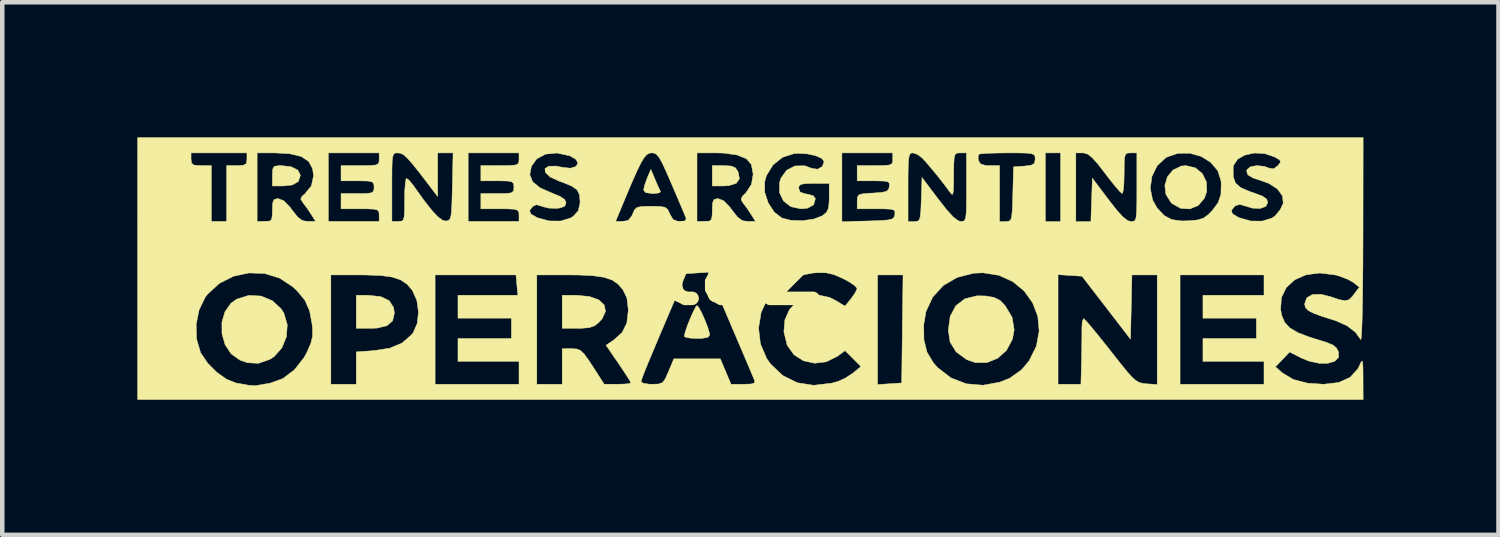
<source format=kicad_pcb>
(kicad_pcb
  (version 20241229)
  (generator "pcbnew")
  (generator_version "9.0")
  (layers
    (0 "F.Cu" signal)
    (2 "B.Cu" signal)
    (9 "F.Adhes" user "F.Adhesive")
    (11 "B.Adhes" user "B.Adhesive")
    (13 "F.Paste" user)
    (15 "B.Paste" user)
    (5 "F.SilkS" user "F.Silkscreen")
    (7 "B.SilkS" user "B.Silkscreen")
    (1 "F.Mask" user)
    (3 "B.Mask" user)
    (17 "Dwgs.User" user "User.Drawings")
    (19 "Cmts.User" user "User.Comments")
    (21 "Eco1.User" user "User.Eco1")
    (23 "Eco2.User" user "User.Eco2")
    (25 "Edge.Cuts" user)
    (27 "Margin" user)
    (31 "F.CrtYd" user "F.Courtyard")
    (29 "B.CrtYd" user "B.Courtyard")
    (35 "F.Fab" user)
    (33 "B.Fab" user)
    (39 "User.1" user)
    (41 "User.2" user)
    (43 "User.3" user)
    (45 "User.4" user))
  (footprint "ta2"
    (layer "F.Cu")
    (at 13.439 2.884)
    (property "Reference" "ta2" (at 0 0 0) (layer "F.SilkS") (effects (font (size 1.524 1.524) (thickness 0.3))))
    (attr through_hole)
    (fp_poly (pts (xy -8.039 0.65) (xy -7.85 0.74) (xy -7.751 0.893) (xy -7.734 1.021) (xy -7.774 1.189) (xy -7.9 1.297) (xy -8.118 1.349) (xy -8.259 1.355) (xy -8.58 1.355) (xy -8.58 0.621) (xy -8.322 0.621) (xy -8.039 0.65)) (stroke (width 0.01) (type solid)) (fill yes) (layer "F.SilkS"))
    (fp_poly (pts (xy -0.255 -2.248) (xy -0.162 -2.207) (xy -0.104 -2.119) (xy -0.103 -2.118) (xy -0.074 -1.966) (xy -0.145 -1.864) (xy -0.315 -1.812) (xy -0.43 -1.806) (xy -0.677 -1.806) (xy -0.677 -2.258) (xy -0.422 -2.258) (xy -0.255 -2.248)) (stroke (width 0.01) (type solid)) (fill yes) (layer "F.SilkS"))
    (fp_poly (pts (xy -10.023 -2.231) (xy -9.877 -2.157) (xy -9.821 -2.046) (xy -9.821 -2.041) (xy -9.865 -1.905) (xy -9.998 -1.828) (xy -10.2 -1.806) (xy -10.442 -1.806) (xy -10.442 -2.032) (xy -10.436 -2.177) (xy -10.399 -2.241) (xy -10.302 -2.257) (xy -10.241 -2.258) (xy -10.023 -2.231)) (stroke (width 0.01) (type solid)) (fill yes) (layer "F.SilkS"))
    (fp_poly (pts (xy -3.406 0.648) (xy -3.198 0.722) (xy -3.075 0.835) (xy -3.047 0.978) (xy -3.121 1.141) (xy -3.187 1.216) (xy -3.287 1.297) (xy -3.405 1.339) (xy -3.582 1.354) (xy -3.666 1.355) (xy -4.008 1.355) (xy -4.008 0.621) (xy -3.693 0.621) (xy -3.406 0.648)) (stroke (width 0.01) (type solid)) (fill yes) (layer "F.SilkS"))
    (fp_poly (pts (xy -1.945 -1.947) (xy -1.881 -1.799) (xy -1.834 -1.697) (xy -1.825 -1.679) (xy -1.857 -1.652) (xy -1.968 -1.637) (xy -2 -1.637) (xy -2.153 -1.657) (xy -2.201 -1.715) (xy -2.18 -1.817) (xy -2.129 -1.963) (xy -2.121 -1.983) (xy -2.04 -2.173) (xy -1.945 -1.947)) (stroke (width 0.01) (type solid)) (fill yes) (layer "F.SilkS"))
    (fp_poly (pts (xy 10.046 -2.209) (xy 10.203 -2.08) (xy 10.293 -1.896) (xy 10.301 -1.685) (xy 10.25 -1.535) (xy 10.111 -1.372) (xy 9.924 -1.296) (xy 9.72 -1.309) (xy 9.53 -1.416) (xy 9.508 -1.437) (xy 9.394 -1.618) (xy 9.37 -1.818) (xy 9.426 -2.007) (xy 9.551 -2.159) (xy 9.734 -2.247) (xy 9.836 -2.258) (xy 10.046 -2.209)) (stroke (width 0.01) (type solid)) (fill yes) (layer "F.SilkS"))
    (fp_poly (pts (xy -0.974 0.894) (xy -0.91 1.014) (xy -0.84 1.172) (xy -0.778 1.332) (xy -0.74 1.46) (xy -0.734 1.503) (xy -0.774 1.554) (xy -0.903 1.577) (xy -1.016 1.58) (xy -1.177 1.571) (xy -1.279 1.548) (xy -1.298 1.529) (xy -1.278 1.439) (xy -1.229 1.294) (xy -1.163 1.129) (xy -1.095 0.977) (xy -1.04 0.873) (xy -1.016 0.847) (xy -0.974 0.894)) (stroke (width 0.01) (type solid)) (fill yes) (layer "F.SilkS"))
    (fp_poly (pts (xy 5.384 0.636) (xy 5.577 0.668) (xy 5.71 0.734) (xy 5.825 0.851) (xy 5.98 1.112) (xy 6.025 1.387) (xy 5.987 1.596) (xy 5.855 1.844) (xy 5.658 2.02) (xy 5.421 2.115) (xy 5.165 2.117) (xy 4.971 2.049) (xy 4.737 1.878) (xy 4.603 1.66) (xy 4.563 1.398) (xy 4.605 1.087) (xy 4.73 0.853) (xy 4.93 0.699) (xy 5.2 0.633) (xy 5.384 0.636)) (stroke (width 0.01) (type solid)) (fill yes) (layer "F.SilkS"))
    (fp_poly (pts (xy -10.694 0.638) (xy -10.445 0.74) (xy -10.248 0.921) (xy -10.187 1.018) (xy -10.112 1.274) (xy -10.13 1.541) (xy -10.231 1.788) (xy -10.405 1.984) (xy -10.503 2.046) (xy -10.753 2.132) (xy -10.997 2.118) (xy -11.161 2.061) (xy -11.359 1.92) (xy -11.493 1.716) (xy -11.561 1.474) (xy -11.563 1.222) (xy -11.495 0.986) (xy -11.358 0.794) (xy -11.234 0.707) (xy -10.966 0.624) (xy -10.694 0.638)) (stroke (width 0.01) (type solid)) (fill yes) (layer "F.SilkS"))
    (fp_poly (pts (xy 13.769 -0.579) (xy 13.767 -0.054) (xy 13.763 0.416) (xy 13.757 0.82) (xy 13.75 1.15) (xy 13.741 1.398) (xy 13.731 1.553) (xy 13.72 1.606) (xy 13.717 1.602) (xy 13.602 1.441) (xy 13.409 1.294) (xy 13.171 1.188) (xy 13.162 1.185) (xy 12.874 1.094) (xy 12.678 1.023) (xy 12.557 0.961) (xy 12.495 0.9) (xy 12.475 0.83) (xy 12.474 0.812) (xy 12.52 0.677) (xy 12.647 0.605) (xy 12.84 0.6) (xy 13.036 0.649) (xy 13.24 0.717) (xy 13.369 0.742) (xy 13.456 0.72) (xy 13.53 0.649) (xy 13.567 0.602) (xy 13.688 0.442) (xy 13.562 0.34) (xy 13.432 0.266) (xy 13.247 0.196) (xy 13.151 0.169) (xy 12.809 0.127) (xy 12.505 0.166) (xy 12.254 0.277) (xy 12.067 0.449) (xy 11.958 0.672) (xy 11.94 0.937) (xy 11.965 1.069) (xy 12.03 1.222) (xy 12.144 1.345) (xy 12.325 1.452) (xy 12.592 1.553) (xy 12.758 1.604) (xy 12.973 1.672) (xy 13.105 1.728) (xy 13.179 1.789) (xy 13.222 1.87) (xy 13.224 1.875) (xy 13.226 2) (xy 13.141 2.086) (xy 12.99 2.131) (xy 12.794 2.131) (xy 12.573 2.083) (xy 12.401 2.013) (xy 12.14 1.88) (xy 11.982 2.045) (xy 11.825 2.21) (xy 11.98 2.344) (xy 12.222 2.49) (xy 12.541 2.573) (xy 12.898 2.596) (xy 13.231 2.557) (xy 13.486 2.441) (xy 13.658 2.249) (xy 13.689 2.186) (xy 13.727 2.103) (xy 13.751 2.081) (xy 13.764 2.134) (xy 13.769 2.275) (xy 13.77 2.469) (xy 13.772 2.935) (xy -13.434 2.935) (xy -13.434 1.268) (xy -12.134 1.268) (xy -12.124 1.596) (xy -12.038 1.889) (xy -12.03 1.904) (xy -11.88 2.127) (xy -11.678 2.33) (xy -11.457 2.486) (xy -11.249 2.569) (xy -11.237 2.571) (xy -11.078 2.598) (xy -10.958 2.62) (xy -10.95 2.621) (xy -10.816 2.627) (xy -10.781 2.622) (xy -10.67 2.603) (xy -10.511 2.575) (xy -10.491 2.572) (xy -10.21 2.471) (xy -9.952 2.275) (xy -9.739 2.004) (xy -9.679 1.893) (xy -9.59 1.693) (xy -9.551 1.534) (xy -9.551 1.36) (xy -9.561 1.263) (xy -9.616 0.967) (xy -9.717 0.737) (xy -9.887 0.528) (xy -9.984 0.436) (xy -10.279 0.241) (xy -10.511 0.169) (xy -9.144 0.169) (xy -9.144 2.596) (xy -8.58 2.596) (xy -8.58 1.878) (xy -8.189 1.85) (xy -7.835 1.795) (xy -7.563 1.681) (xy -7.355 1.499) (xy -7.317 1.452) (xy -7.227 1.248) (xy -7.199 0.995) (xy -7.235 0.736) (xy -7.333 0.516) (xy -7.338 0.507) (xy -7.454 0.374) (xy -7.595 0.279) (xy -7.781 0.217) (xy -8.032 0.183) (xy -8.369 0.17) (xy -8.493 0.169) (xy -6.83 0.169) (xy -6.83 2.596) (xy -4.967 2.596) (xy -4.967 2.088) (xy -6.322 2.088) (xy -6.322 1.58) (xy -5.136 1.58) (xy -5.136 1.129) (xy -6.322 1.129) (xy -6.322 0.621) (xy -4.992 0.621) (xy -5.014 0.395) (xy -5.035 0.169) (xy -4.572 0.169) (xy -4.572 2.596) (xy -4.008 2.596) (xy -4.008 1.806) (xy -3.796 1.807) (xy -3.688 1.813) (xy -3.604 1.845) (xy -3.523 1.922) (xy -3.421 2.062) (xy -3.33 2.201) (xy -3.076 2.595) (xy -2.78 2.596) (xy -2.614 2.591) (xy -2.507 2.578) (xy -2.484 2.566) (xy -2.497 2.539) (xy -2.258 2.539) (xy -2.207 2.574) (xy -2.08 2.594) (xy -2.011 2.596) (xy -1.867 2.591) (xy -1.78 2.558) (xy -1.717 2.471) (xy -1.648 2.314) (xy -1.53 2.032) (xy -0.498 2.032) (xy -0.379 2.314) (xy -0.26 2.596) (xy 0.017 2.596) (xy 0.182 2.591) (xy 0.257 2.567) (xy 0.264 2.519) (xy 0.26 2.506) (xy 0.228 2.43) (xy 0.159 2.266) (xy 0.059 2.031) (xy -0.064 1.741) (xy -0.205 1.412) (xy -0.232 1.349) (xy 0.351 1.349) (xy 0.392 1.699) (xy 0.531 2.024) (xy 0.616 2.145) (xy 0.889 2.404) (xy 1.212 2.563) (xy 1.576 2.619) (xy 1.976 2.572) (xy 2.117 2.533) (xy 2.278 2.459) (xy 2.443 2.351) (xy 2.455 2.341) (xy 2.624 2.203) (xy 2.448 2.026) (xy 2.271 1.85) (xy 2.101 1.975) (xy 1.855 2.098) (xy 1.595 2.129) (xy 1.347 2.075) (xy 1.137 1.941) (xy 0.989 1.734) (xy 0.984 1.722) (xy 0.913 1.433) (xy 0.935 1.167) (xy 1.036 0.939) (xy 1.201 0.761) (xy 1.415 0.647) (xy 1.662 0.612) (xy 1.927 0.668) (xy 2.073 0.742) (xy 2.269 0.863) (xy 2.402 0.699) (xy 2.491 0.575) (xy 2.536 0.48) (xy 2.538 0.47) (xy 2.492 0.412) (xy 2.371 0.328) (xy 2.228 0.251) (xy 2.043 0.169) (xy 2.992 0.169) (xy 2.992 2.603) (xy 3.528 2.568) (xy 3.544 1.271) (xy 4.018 1.271) (xy 4.022 1.612) (xy 4.091 1.886) (xy 4.234 2.123) (xy 4.327 2.227) (xy 4.622 2.455) (xy 4.963 2.586) (xy 5.332 2.618) (xy 5.452 2.596) (xy 6.999 2.596) (xy 7.507 2.596) (xy 7.52 2.074) (xy 7.525 1.814) (xy 7.528 1.571) (xy 7.529 1.385) (xy 7.529 1.339) (xy 7.537 1.207) (xy 7.563 1.142) (xy 7.572 1.141) (xy 7.621 1.189) (xy 7.726 1.311) (xy 7.874 1.491) (xy 8.053 1.713) (xy 8.171 1.863) (xy 8.379 2.128) (xy 8.533 2.317) (xy 8.647 2.443) (xy 8.736 2.52) (xy 8.813 2.561) (xy 8.894 2.579) (xy 8.962 2.586) (xy 9.2 2.603) (xy 9.2 0.169) (xy 9.708 0.169) (xy 9.708 2.596) (xy 11.571 2.596) (xy 11.571 2.088) (xy 10.216 2.088) (xy 10.216 1.58) (xy 11.402 1.58) (xy 11.402 1.129) (xy 10.216 1.129) (xy 10.216 0.621) (xy 11.571 0.621) (xy 11.571 0.169) (xy 9.708 0.169) (xy 9.2 0.169) (xy 8.639 0.169) (xy 8.624 0.882) (xy 8.608 1.595) (xy 8.07 0.896) (xy 7.532 0.198) (xy 6.999 0.163) (xy 6.999 2.596) (xy 5.452 2.596) (xy 5.71 2.549) (xy 5.927 2.462) (xy 6.189 2.275) (xy 6.357 2.076) (xy 6.519 1.748) (xy 6.58 1.413) (xy 6.549 1.088) (xy 6.434 0.787) (xy 6.247 0.525) (xy 5.995 0.317) (xy 5.688 0.178) (xy 5.336 0.122) (xy 5.129 0.131) (xy 4.758 0.225) (xy 4.451 0.405) (xy 4.217 0.661) (xy 4.068 0.98) (xy 4.018 1.271) (xy 3.544 1.271) (xy 3.558 0.169) (xy 2.992 0.169) (xy 2.043 0.169) (xy 2.028 0.163) (xy 1.861 0.123) (xy 1.667 0.119) (xy 1.556 0.127) (xy 1.168 0.202) (xy 0.852 0.362) (xy 0.604 0.61) (xy 0.565 0.667) (xy 0.409 0.996) (xy 0.351 1.349) (xy -0.232 1.349) (xy -0.268 1.263) (xy -0.762 0.11) (xy -1.259 0.141) (xy -1.44 0.564) (xy -1.665 1.09) (xy -1.848 1.52) (xy -1.992 1.862) (xy -2.102 2.125) (xy -2.18 2.317) (xy -2.229 2.445) (xy -2.254 2.518) (xy -2.258 2.539) (xy -2.497 2.539) (xy -2.513 2.508) (xy -2.593 2.382) (xy -2.707 2.209) (xy -2.759 2.132) (xy -3.035 1.73) (xy -2.859 1.611) (xy -2.676 1.445) (xy -2.574 1.236) (xy -2.541 0.956) (xy -2.541 0.94) (xy -2.573 0.678) (xy -2.661 0.496) (xy -2.77 0.371) (xy -2.903 0.281) (xy -3.079 0.222) (xy -3.319 0.187) (xy -3.64 0.171) (xy -3.865 0.169) (xy -4.572 0.169) (xy -5.035 0.169) (xy -6.83 0.169) (xy -8.493 0.169) (xy -9.144 0.169) (xy -10.511 0.169) (xy -10.612 0.138) (xy -10.961 0.125) (xy -11.304 0.198) (xy -11.618 0.356) (xy -11.88 0.595) (xy -11.934 0.666) (xy -12.069 0.944) (xy -12.134 1.268) (xy -13.434 1.268) (xy -13.434 -2.54) (xy -12.248 -2.54) (xy -12.248 -2.399) (xy -12.236 -2.308) (xy -12.178 -2.268) (xy -12.042 -2.258) (xy -12.023 -2.258) (xy -11.797 -2.258) (xy -11.797 -1.016) (xy -11.458 -1.016) (xy -11.458 -2.258) (xy -11.232 -2.258) (xy -11.087 -2.265) (xy -11.022 -2.302) (xy -11.007 -2.387) (xy -11.007 -2.399) (xy -11.007 -2.54) (xy -10.781 -2.54) (xy -10.781 -1.016) (xy -10.612 -1.016) (xy -10.507 -1.023) (xy -10.458 -1.066) (xy -10.443 -1.174) (xy -10.442 -1.27) (xy -10.436 -1.427) (xy -10.407 -1.502) (xy -10.339 -1.523) (xy -10.312 -1.524) (xy -10.191 -1.479) (xy -10.054 -1.339) (xy -10.003 -1.27) (xy -9.881 -1.115) (xy -9.777 -1.038) (xy -9.661 -1.016) (xy -9.652 -1.016) (xy -9.48 -1.016) (xy -9.577 -1.171) (xy -9.675 -1.317) (xy -9.76 -1.43) (xy -9.813 -1.512) (xy -9.785 -1.576) (xy -9.724 -1.627) (xy -9.577 -1.806) (xy -9.528 -2.031) (xy -9.55 -2.191) (xy -9.637 -2.351) (xy -9.801 -2.46) (xy -10.052 -2.521) (xy -10.384 -2.54) (xy -9.2 -2.54) (xy -9.2 -1.016) (xy -8.072 -1.016) (xy -8.072 -1.157) (xy -8.077 -1.229) (xy -8.109 -1.271) (xy -8.19 -1.291) (xy -8.346 -1.298) (xy -8.495 -1.298) (xy -8.918 -1.298) (xy -8.918 -1.637) (xy -8.551 -1.637) (xy -8.354 -1.639) (xy -8.244 -1.653) (xy -8.196 -1.689) (xy -8.185 -1.755) (xy -8.184 -1.778) (xy -7.789 -1.778) (xy -7.789 -1.016) (xy -7.648 -1.016) (xy -7.58 -1.02) (xy -7.538 -1.049) (xy -7.517 -1.123) (xy -7.508 -1.265) (xy -7.507 -1.496) (xy -7.503 -1.712) (xy -7.49 -1.878) (xy -7.473 -1.967) (xy -7.465 -1.975) (xy -7.407 -1.932) (xy -7.322 -1.83) (xy -7.31 -1.812) (xy -7.081 -1.492) (xy -6.9 -1.262) (xy -6.76 -1.114) (xy -6.654 -1.039) (xy -6.586 -1.027) (xy -6.536 -1.039) (xy -6.501 -1.072) (xy -6.478 -1.143) (xy -6.464 -1.272) (xy -6.455 -1.475) (xy -6.448 -1.772) (xy -6.447 -1.792) (xy -6.431 -2.54) (xy -6.096 -2.54) (xy -6.096 -1.016) (xy -4.967 -1.016) (xy -2.824 -1.016) (xy -2.666 -1.016) (xy -2.539 -1.043) (xy -2.461 -1.144) (xy -2.444 -1.185) (xy -2.403 -1.278) (xy -2.346 -1.329) (xy -2.242 -1.35) (xy -2.061 -1.355) (xy -2.032 -1.355) (xy -1.839 -1.351) (xy -1.728 -1.333) (xy -1.667 -1.287) (xy -1.625 -1.2) (xy -1.62 -1.185) (xy -1.548 -1.061) (xy -1.439 -1.018) (xy -1.393 -1.016) (xy -1.279 -1.03) (xy -1.257 -1.082) (xy -1.264 -1.104) (xy -1.298 -1.188) (xy -1.367 -1.352) (xy -1.462 -1.574) (xy -1.572 -1.832) (xy -1.587 -1.866) (xy -1.707 -2.143) (xy -1.796 -2.332) (xy -1.864 -2.45) (xy -1.921 -2.512) (xy -1.98 -2.537) (xy -2.025 -2.54) (xy -1.016 -2.54) (xy -1.016 -1.016) (xy -0.847 -1.016) (xy -0.743 -1.023) (xy -0.693 -1.066) (xy -0.678 -1.174) (xy -0.677 -1.27) (xy -0.671 -1.427) (xy -0.642 -1.502) (xy -0.574 -1.523) (xy -0.547 -1.524) (xy -0.426 -1.479) (xy -0.289 -1.339) (xy -0.238 -1.27) (xy -0.116 -1.115) (xy -0.012 -1.038) (xy 0.104 -1.016) (xy 0.113 -1.016) (xy 0.285 -1.016) (xy 0.188 -1.171) (xy 0.092 -1.315) (xy 0.009 -1.425) (xy -0.037 -1.5) (xy -0.015 -1.569) (xy 0.076 -1.662) (xy 0.193 -1.841) (xy 0.202 -1.897) (xy 0.485 -1.897) (xy 0.488 -1.665) (xy 0.566 -1.428) (xy 0.7 -1.224) (xy 0.869 -1.094) (xy 1.074 -1.042) (xy 1.325 -1.035) (xy 1.572 -1.07) (xy 1.765 -1.143) (xy 1.773 -1.149) (xy 1.859 -1.22) (xy 1.903 -1.312) (xy 1.918 -1.463) (xy 1.919 -1.554) (xy 1.919 -1.863) (xy 1.58 -1.863) (xy 1.391 -1.858) (xy 1.288 -1.84) (xy 1.248 -1.799) (xy 1.242 -1.753) (xy 1.273 -1.671) (xy 1.385 -1.631) (xy 1.425 -1.626) (xy 1.566 -1.589) (xy 1.612 -1.524) (xy 1.574 -1.388) (xy 1.443 -1.314) (xy 1.291 -1.298) (xy 1.067 -1.346) (xy 0.903 -1.474) (xy 0.815 -1.66) (xy 0.817 -1.881) (xy 0.848 -1.979) (xy 0.975 -2.156) (xy 1.161 -2.25) (xy 1.377 -2.254) (xy 1.531 -2.197) (xy 1.662 -2.177) (xy 1.767 -2.238) (xy 1.806 -2.345) (xy 1.755 -2.417) (xy 1.622 -2.477) (xy 1.437 -2.517) (xy 1.233 -2.53) (xy 1.138 -2.524) (xy 0.883 -2.442) (xy 0.671 -2.272) (xy 0.526 -2.037) (xy 0.485 -1.897) (xy 0.202 -1.897) (xy 0.231 -2.067) (xy 0.191 -2.283) (xy 0.083 -2.409) (xy -0.126 -2.494) (xy -0.43 -2.536) (xy -0.59 -2.54) (xy 2.201 -2.54) (xy 2.201 -1.012) (xy 2.78 -1.028) (xy 3.041 -1.037) (xy 3.209 -1.049) (xy 3.307 -1.069) (xy 3.355 -1.102) (xy 3.374 -1.153) (xy 3.376 -1.171) (xy 3.379 -1.236) (xy 3.35 -1.273) (xy 3.266 -1.292) (xy 3.105 -1.298) (xy 2.967 -1.298) (xy 2.54 -1.298) (xy 2.54 -1.465) (xy 2.545 -1.556) (xy 2.578 -1.608) (xy 2.664 -1.633) (xy 2.831 -1.646) (xy 2.887 -1.648) (xy 3.081 -1.662) (xy 3.188 -1.686) (xy 3.238 -1.732) (xy 3.25 -1.778) (xy 3.669 -1.778) (xy 3.669 -1.016) (xy 3.808 -1.016) (xy 3.875 -1.021) (xy 3.917 -1.051) (xy 3.941 -1.128) (xy 3.954 -1.274) (xy 3.963 -1.505) (xy 3.979 -1.993) (xy 4.346 -1.507) (xy 4.536 -1.266) (xy 4.678 -1.112) (xy 4.784 -1.034) (xy 4.84 -1.018) (xy 4.891 -1.021) (xy 4.926 -1.043) (xy 4.948 -1.102) (xy 4.961 -1.216) (xy 4.966 -1.402) (xy 4.967 -1.678) (xy 4.967 -1.778) (xy 4.967 -2.435) (xy 5.223 -2.435) (xy 5.234 -2.367) (xy 5.282 -2.292) (xy 5.395 -2.261) (xy 5.482 -2.258) (xy 5.701 -2.258) (xy 5.701 -1.016) (xy 5.84 -1.016) (xy 5.902 -1.02) (xy 5.942 -1.044) (xy 5.967 -1.109) (xy 5.981 -1.234) (xy 5.99 -1.439) (xy 5.995 -1.623) (xy 6.011 -2.23) (xy 6.251 -2.247) (xy 6.403 -2.266) (xy 6.473 -2.306) (xy 6.491 -2.388) (xy 6.491 -2.402) (xy 6.488 -2.463) (xy 6.464 -2.502) (xy 6.401 -2.525) (xy 6.279 -2.536) (xy 6.077 -2.54) (xy 5.88 -2.54) (xy 6.717 -2.54) (xy 6.717 -1.016) (xy 7.056 -1.016) (xy 7.056 -2.54) (xy 7.394 -2.54) (xy 7.394 -1.016) (xy 7.728 -1.016) (xy 7.761 -1.978) (xy 8.124 -1.497) (xy 8.307 -1.264) (xy 8.443 -1.115) (xy 8.545 -1.036) (xy 8.618 -1.016) (xy 8.67 -1.019) (xy 8.707 -1.04) (xy 8.73 -1.098) (xy 8.742 -1.208) (xy 8.748 -1.39) (xy 8.749 -1.661) (xy 8.749 -1.754) (xy 9.047 -1.754) (xy 9.098 -1.494) (xy 9.2 -1.314) (xy 9.356 -1.149) (xy 9.524 -1.059) (xy 9.742 -1.029) (xy 9.9 -1.033) (xy 10.099 -1.052) (xy 10.231 -1.093) (xy 10.342 -1.176) (xy 10.422 -1.259) (xy 10.426 -1.264) (xy 10.847 -1.264) (xy 10.872 -1.187) (xy 11.002 -1.109) (xy 11.021 -1.1) (xy 11.281 -1.027) (xy 11.536 -1.026) (xy 11.749 -1.093) (xy 11.82 -1.143) (xy 11.932 -1.279) (xy 11.998 -1.422) (xy 11.982 -1.585) (xy 11.871 -1.738) (xy 11.682 -1.861) (xy 11.535 -1.915) (xy 11.324 -1.985) (xy 11.212 -2.055) (xy 11.186 -2.135) (xy 11.194 -2.167) (xy 11.272 -2.232) (xy 11.414 -2.257) (xy 11.577 -2.241) (xy 11.681 -2.203) (xy 11.784 -2.185) (xy 11.88 -2.256) (xy 11.937 -2.331) (xy 11.921 -2.383) (xy 11.816 -2.445) (xy 11.805 -2.451) (xy 11.584 -2.525) (xy 11.356 -2.537) (xy 11.148 -2.492) (xy 10.985 -2.399) (xy 10.896 -2.264) (xy 10.887 -2.213) (xy 10.889 -2.011) (xy 10.938 -1.871) (xy 11.055 -1.768) (xy 11.258 -1.681) (xy 11.347 -1.651) (xy 11.533 -1.582) (xy 11.629 -1.516) (xy 11.656 -1.44) (xy 11.656 -1.439) (xy 11.608 -1.349) (xy 11.484 -1.306) (xy 11.313 -1.314) (xy 11.17 -1.357) (xy 11.034 -1.396) (xy 10.941 -1.369) (xy 10.922 -1.355) (xy 10.847 -1.264) (xy 10.426 -1.264) (xy 10.553 -1.434) (xy 10.615 -1.619) (xy 10.621 -1.856) (xy 10.617 -1.919) (xy 10.545 -2.145) (xy 10.389 -2.33) (xy 10.174 -2.463) (xy 9.924 -2.533) (xy 9.663 -2.532) (xy 9.417 -2.447) (xy 9.393 -2.434) (xy 9.2 -2.255) (xy 9.083 -2.018) (xy 9.047 -1.754) (xy 8.749 -1.754) (xy 8.749 -1.778) (xy 8.749 -2.54) (xy 8.608 -2.54) (xy 8.538 -2.535) (xy 8.496 -2.505) (xy 8.475 -2.428) (xy 8.468 -2.279) (xy 8.467 -2.088) (xy 8.462 -1.879) (xy 8.449 -1.721) (xy 8.43 -1.641) (xy 8.424 -1.637) (xy 8.374 -1.679) (xy 8.274 -1.793) (xy 8.14 -1.96) (xy 8.043 -2.087) (xy 7.877 -2.302) (xy 7.755 -2.437) (xy 7.66 -2.511) (xy 7.575 -2.538) (xy 7.549 -2.539) (xy 7.394 -2.54) (xy 7.056 -2.54) (xy 6.717 -2.54) (xy 5.88 -2.54) (xy 5.628 -2.537) (xy 5.421 -2.53) (xy 5.282 -2.519) (xy 5.237 -2.509) (xy 5.223 -2.435) (xy 4.967 -2.435) (xy 4.967 -2.54) (xy 4.826 -2.54) (xy 4.758 -2.536) (xy 4.717 -2.508) (xy 4.694 -2.435) (xy 4.685 -2.295) (xy 4.682 -2.065) (xy 4.682 -2.046) (xy 4.68 -1.812) (xy 4.673 -1.675) (xy 4.658 -1.619) (xy 4.629 -1.629) (xy 4.584 -1.689) (xy 4.583 -1.69) (xy 4.463 -1.853) (xy 4.301 -2.058) (xy 4.131 -2.262) (xy 3.999 -2.413) (xy 3.882 -2.505) (xy 3.776 -2.54) (xy 3.733 -2.533) (xy 3.703 -2.499) (xy 3.684 -2.421) (xy 3.674 -2.282) (xy 3.67 -2.063) (xy 3.669 -1.778) (xy 3.25 -1.778) (xy 3.254 -1.792) (xy 3.257 -1.86) (xy 3.224 -1.898) (xy 3.13 -1.915) (xy 2.953 -1.919) (xy 2.907 -1.919) (xy 2.54 -1.919) (xy 2.54 -2.258) (xy 2.935 -2.258) (xy 3.142 -2.26) (xy 3.26 -2.272) (xy 3.314 -2.303) (xy 3.33 -2.361) (xy 3.33 -2.399) (xy 3.33 -2.54) (xy 2.201 -2.54) (xy -0.59 -2.54) (xy -1.016 -2.54) (xy -2.025 -2.54) (xy -2.081 -2.532) (xy -2.135 -2.498) (xy -2.194 -2.429) (xy -2.264 -2.311) (xy -2.351 -2.132) (xy -2.462 -1.882) (xy -2.604 -1.547) (xy -2.736 -1.228) (xy -2.824 -1.016) (xy -4.967 -1.016) (xy -4.967 -1.157) (xy -4.972 -1.229) (xy -4.998 -1.262) (xy -4.733 -1.262) (xy -4.705 -1.185) (xy -4.572 -1.106) (xy -4.558 -1.1) (xy -4.299 -1.029) (xy -4.041 -1.027) (xy -3.822 -1.094) (xy -3.761 -1.133) (xy -3.652 -1.255) (xy -3.614 -1.415) (xy -3.612 -1.465) (xy -3.625 -1.613) (xy -3.677 -1.718) (xy -3.79 -1.8) (xy -3.984 -1.881) (xy -4.071 -1.911) (xy -4.276 -2.006) (xy -4.382 -2.106) (xy -4.391 -2.191) (xy -4.308 -2.244) (xy -4.138 -2.247) (xy -4.002 -2.219) (xy -3.824 -2.2) (xy -3.707 -2.236) (xy -3.66 -2.307) (xy -3.698 -2.393) (xy -3.831 -2.472) (xy -3.847 -2.478) (xy -4.131 -2.537) (xy -4.379 -2.512) (xy -4.574 -2.407) (xy -4.691 -2.243) (xy -4.728 -2.056) (xy -4.665 -1.899) (xy -4.5 -1.765) (xy -4.26 -1.658) (xy -4.059 -1.576) (xy -3.953 -1.504) (xy -3.923 -1.432) (xy -3.951 -1.357) (xy -4.054 -1.318) (xy -4.132 -1.309) (xy -4.306 -1.314) (xy -4.45 -1.35) (xy -4.46 -1.355) (xy -4.58 -1.39) (xy -4.66 -1.352) (xy -4.733 -1.262) (xy -4.998 -1.262) (xy -5.004 -1.271) (xy -5.086 -1.291) (xy -5.242 -1.298) (xy -5.39 -1.298) (xy -5.814 -1.298) (xy -5.814 -1.637) (xy -5.447 -1.637) (xy -5.25 -1.639) (xy -5.14 -1.653) (xy -5.092 -1.689) (xy -5.08 -1.755) (xy -5.08 -1.778) (xy -5.086 -1.854) (xy -5.123 -1.896) (xy -5.214 -1.915) (xy -5.387 -1.919) (xy -5.447 -1.919) (xy -5.814 -1.919) (xy -5.814 -2.258) (xy -5.39 -2.258) (xy -5.175 -2.26) (xy -5.049 -2.27) (xy -4.988 -2.297) (xy -4.969 -2.349) (xy -4.967 -2.399) (xy -4.967 -2.54) (xy -6.096 -2.54) (xy -6.431 -2.54) (xy -6.773 -2.54) (xy -6.773 -1.572) (xy -6.98 -1.844) (xy -7.186 -2.112) (xy -7.338 -2.302) (xy -7.449 -2.426) (xy -7.531 -2.499) (xy -7.598 -2.532) (xy -7.658 -2.54) (xy -7.71 -2.537) (xy -7.747 -2.516) (xy -7.77 -2.459) (xy -7.783 -2.349) (xy -7.788 -2.168) (xy -7.789 -1.898) (xy -7.789 -1.778) (xy -8.184 -1.778) (xy -8.191 -1.854) (xy -8.227 -1.896) (xy -8.319 -1.915) (xy -8.491 -1.919) (xy -8.551 -1.919) (xy -8.918 -1.919) (xy -8.918 -2.258) (xy -8.495 -2.258) (xy -8.28 -2.26) (xy -8.153 -2.27) (xy -8.092 -2.297) (xy -8.073 -2.349) (xy -8.072 -2.399) (xy -8.072 -2.54) (xy -9.2 -2.54) (xy -10.384 -2.54) (xy -10.781 -2.54) (xy -11.007 -2.54) (xy -12.248 -2.54) (xy -13.434 -2.54) (xy -13.434 -2.879) (xy 13.772 -2.879) (xy 13.769 -0.579)) (stroke (width 0.01) (type solid)) (fill yes) (layer "F.SilkS")))
  (gr_rect
    (start -3 -3)
    (end 30.216 8.824)
    (stroke (width 0.1) (type default))
    (fill no)
    (layer "Edge.Cuts")))
</source>
